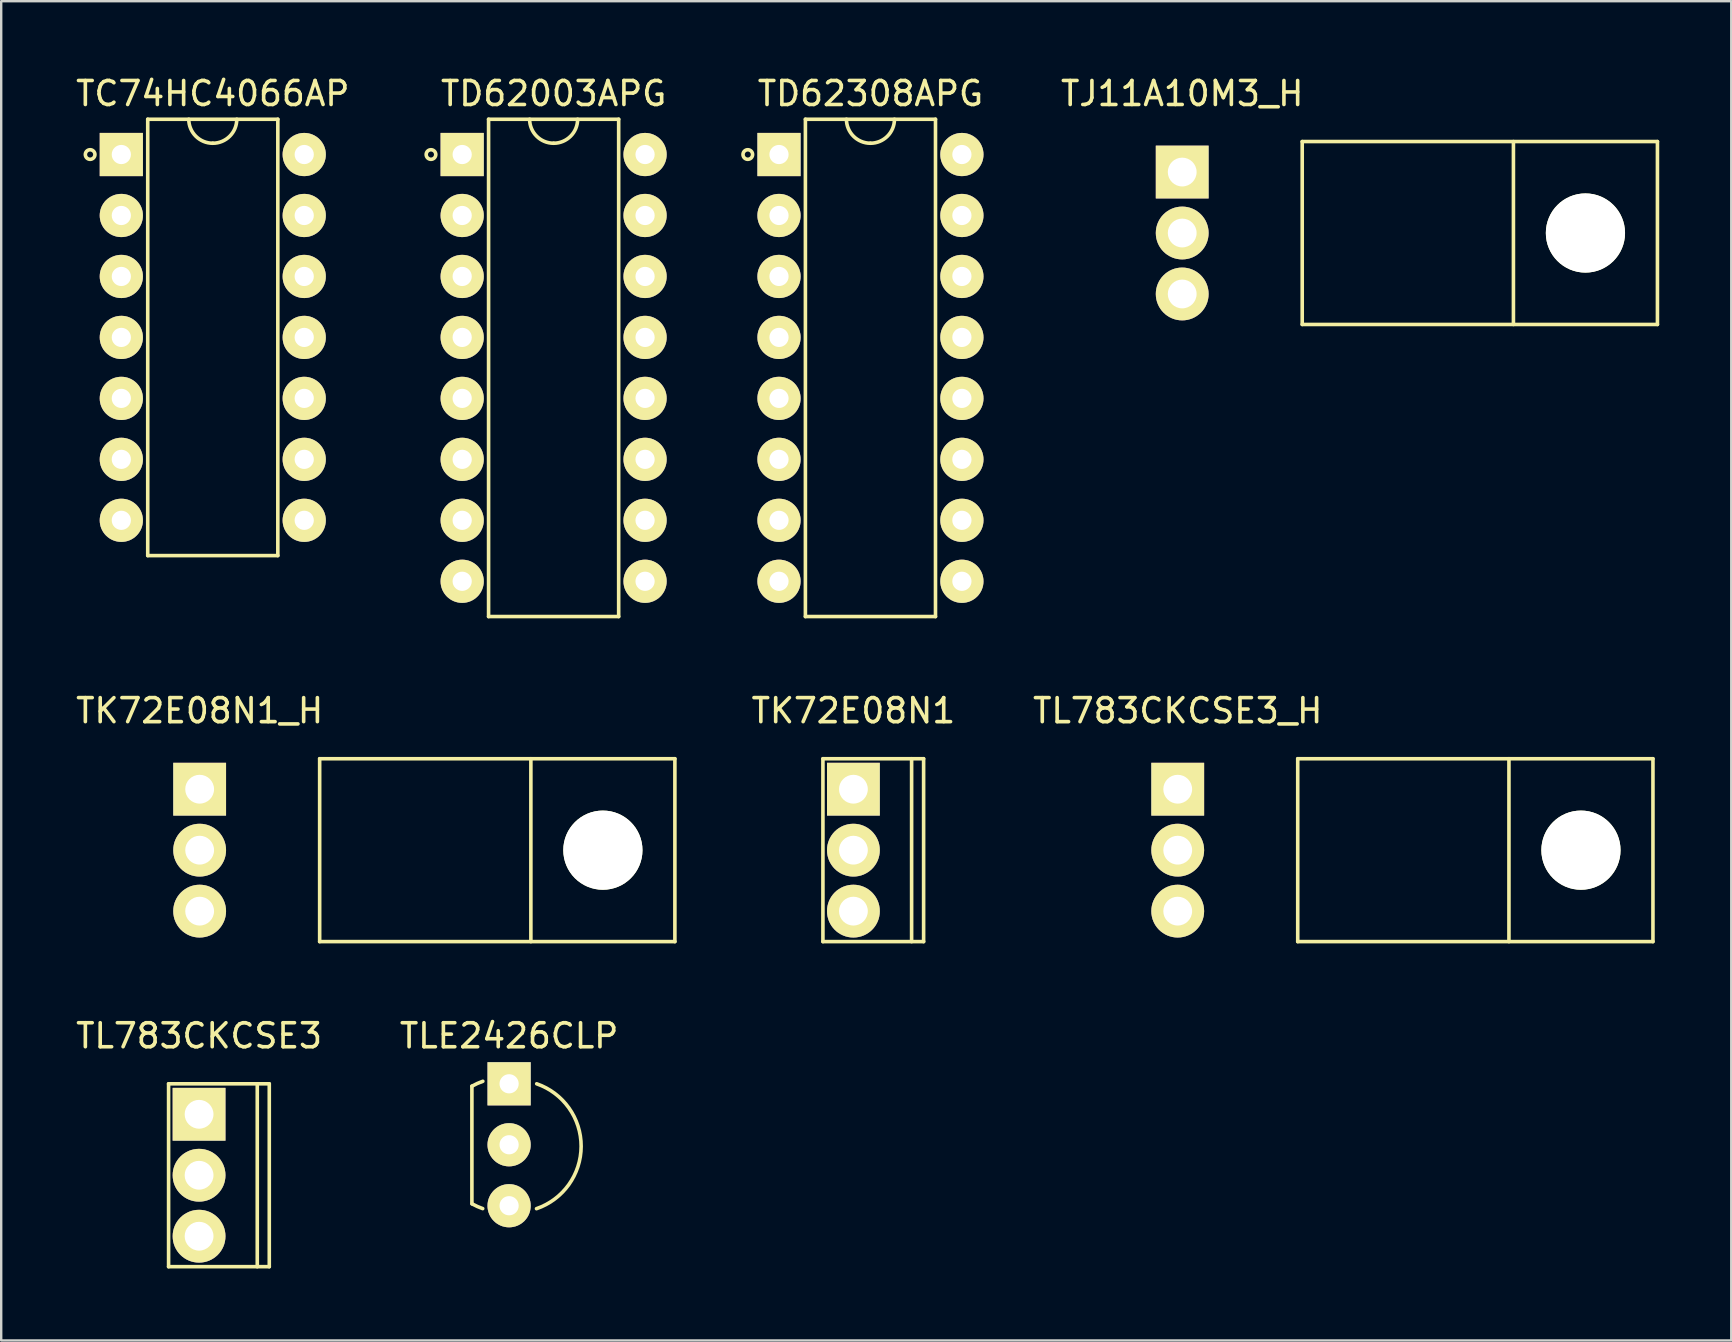
<source format=kicad_pcb>
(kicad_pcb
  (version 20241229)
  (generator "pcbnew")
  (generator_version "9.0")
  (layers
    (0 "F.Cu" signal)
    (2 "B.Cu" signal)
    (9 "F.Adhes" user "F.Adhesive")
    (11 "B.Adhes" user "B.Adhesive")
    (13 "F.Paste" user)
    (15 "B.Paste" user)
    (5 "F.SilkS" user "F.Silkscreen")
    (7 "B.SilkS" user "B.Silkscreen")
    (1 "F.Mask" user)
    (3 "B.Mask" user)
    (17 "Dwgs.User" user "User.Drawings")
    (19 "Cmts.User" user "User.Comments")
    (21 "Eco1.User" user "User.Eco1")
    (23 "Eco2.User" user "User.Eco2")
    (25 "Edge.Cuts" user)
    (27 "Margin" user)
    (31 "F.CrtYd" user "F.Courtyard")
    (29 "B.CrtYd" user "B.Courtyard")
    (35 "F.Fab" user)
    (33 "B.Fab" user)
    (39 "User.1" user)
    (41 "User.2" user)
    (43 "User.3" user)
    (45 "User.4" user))
  (footprint "TD62308APG"
    (layer "F.Cu")
    (at 29.406 3.388)
    (property "Reference" "TD62308APG" (at 3.81 -2.54 0) (layer "F.SilkS") (effects (font (size 1 1) (thickness 0.15))))
    (attr through_hole)
    (fp_line (start 1.1 -1.47) (end 6.52 -1.47) (stroke (width 0.15) (type solid)) (layer "F.SilkS"))
    (fp_line (start 1.1 19.25) (end 1.1 -1.47) (stroke (width 0.15) (type solid)) (layer "F.SilkS"))
    (fp_line (start 6.52 -1.47) (end 6.52 19.25) (stroke (width 0.15) (type solid)) (layer "F.SilkS"))
    (fp_line (start 6.52 19.25) (end 1.1 19.25) (stroke (width 0.15) (type solid)) (layer "F.SilkS"))
    (fp_arc (start 3.81 -0.47) (mid 3.102893 -0.762893) (end 2.81 -1.47) (stroke (width 0.15) (type solid)) (layer "F.SilkS"))
    (fp_arc (start 4.81 -1.47) (mid 4.517107 -0.762893) (end 3.81 -0.47) (stroke (width 0.15) (type solid)) (layer "F.SilkS"))
    (fp_circle (center -1.3 0) (end -1.3 0.2) (stroke (width 0.15) (type solid)) (fill no) (layer "F.SilkS"))
    (pad "1" thru_hole rect (at 0 0) (size 1.8 1.8) (drill 0.8) (layers "*.Cu" "*.Mask" "F.SilkS"))
    (pad "2" thru_hole circle (at 0 2.54) (size 1.8 1.8) (drill 0.8) (layers "*.Cu" "*.Mask" "F.SilkS"))
    (pad "3" thru_hole circle (at 0 5.08) (size 1.8 1.8) (drill 0.8) (layers "*.Cu" "*.Mask" "F.SilkS"))
    (pad "4" thru_hole circle (at 0 7.62) (size 1.8 1.8) (drill 0.8) (layers "*.Cu" "*.Mask" "F.SilkS"))
    (pad "5" thru_hole circle (at 0 10.16) (size 1.8 1.8) (drill 0.8) (layers "*.Cu" "*.Mask" "F.SilkS"))
    (pad "6" thru_hole circle (at 0 12.7) (size 1.8 1.8) (drill 0.8) (layers "*.Cu" "*.Mask" "F.SilkS"))
    (pad "7" thru_hole circle (at 0 15.24) (size 1.8 1.8) (drill 0.8) (layers "*.Cu" "*.Mask" "F.SilkS"))
    (pad "8" thru_hole circle (at 0 17.78) (size 1.8 1.8) (drill 0.8) (layers "*.Cu" "*.Mask" "F.SilkS"))
    (pad "9" thru_hole circle (at 7.62 17.78) (size 1.8 1.8) (drill 0.8) (layers "*.Cu" "*.Mask" "F.SilkS"))
    (pad "10" thru_hole circle (at 7.62 15.24) (size 1.8 1.8) (drill 0.8) (layers "*.Cu" "*.Mask" "F.SilkS"))
    (pad "11" thru_hole circle (at 7.62 12.7) (size 1.8 1.8) (drill 0.8) (layers "*.Cu" "*.Mask" "F.SilkS"))
    (pad "12" thru_hole circle (at 7.62 10.16) (size 1.8 1.8) (drill 0.8) (layers "*.Cu" "*.Mask" "F.SilkS"))
    (pad "13" thru_hole circle (at 7.62 7.62) (size 1.8 1.8) (drill 0.8) (layers "*.Cu" "*.Mask" "F.SilkS"))
    (pad "14" thru_hole circle (at 7.62 5.08) (size 1.8 1.8) (drill 0.8) (layers "*.Cu" "*.Mask" "F.SilkS"))
    (pad "15" thru_hole circle (at 7.62 2.54) (size 1.8 1.8) (drill 0.8) (layers "*.Cu" "*.Mask" "F.SilkS"))
    (pad "16" thru_hole circle (at 7.62 0) (size 1.8 1.8) (drill 0.8) (layers "*.Cu" "*.Mask" "F.SilkS")))
  (footprint "TLE2426CLP"
    (layer "F.Cu")
    (at 18.161 42.105)
    (property "Reference" "TLE2426CLP" (at 0 -2 0) (layer "F.SilkS") (effects (font (size 1 1) (thickness 0.15))))
    (attr through_hole)
    (fp_line (start -1.55 5) (end -1.55 0.1) (stroke (width 0.15) (type solid)) (layer "F.SilkS"))
    (fp_arc (start -1.55 0.1) (mid -1.326783 -0.012505) (end -1.09461 -0.105127) (stroke (width 0.15) (type solid)) (layer "F.SilkS"))
    (fp_arc (start -1.1 5.2) (mid -1.32318 5.111666) (end -1.537812 5.004217) (stroke (width 0.15) (type solid)) (layer "F.SilkS"))
    (fp_arc (start 1.15 0) (mid 3.00136 2.60449) (end 1.14151 5.202923) (stroke (width 0.15) (type solid)) (layer "F.SilkS"))
    (pad "1" thru_hole rect (at 0 0) (size 1.8 1.8) (drill 0.8) (layers "*.Cu" "*.Mask" "F.SilkS"))
    (pad "2" thru_hole circle (at 0 2.54) (size 1.8 1.8) (drill 0.8) (layers "*.Cu" "*.Mask" "F.SilkS"))
    (pad "3" thru_hole circle (at 0 5.08) (size 1.8 1.8) (drill 0.8) (layers "*.Cu" "*.Mask" "F.SilkS")))
  (footprint "TK72E08N1_H"
    (layer "F.Cu")
    (at 5.268 29.831)
    (property "Reference" "TK72E08N1_H" (at 0 -3.27 0) (layer "F.SilkS") (effects (font (size 1 1) (thickness 0.15))))
    (attr through_hole)
    (fp_line (start 5 -1.27) (end 5 6.35) (stroke (width 0.15) (type solid)) (layer "F.SilkS"))
    (fp_line (start 5 -1.27) (end 19.8 -1.27) (stroke (width 0.15) (type solid)) (layer "F.SilkS"))
    (fp_line (start 5 6.35) (end 19.8 6.35) (stroke (width 0.15) (type solid)) (layer "F.SilkS"))
    (fp_line (start 13.8 -1.27) (end 13.8 6.35) (stroke (width 0.15) (type solid)) (layer "F.SilkS"))
    (fp_line (start 19.8 -1.27) (end 19.8 6.35) (stroke (width 0.15) (type solid)) (layer "F.SilkS"))
    (pad "" np_thru_hole circle (at 16.8 2.54) (size 3.3 3.3) (drill 3.3) (layers "*.Cu" "*.Mask" "F.SilkS"))
    (pad "1" thru_hole rect (at 0 0) (size 2.2 2.2) (drill 1.2) (layers "*.Cu" "*.Mask" "F.SilkS"))
    (pad "2" thru_hole circle (at 0 2.54) (size 2.2 2.2) (drill 1.2) (layers "*.Cu" "*.Mask" "F.SilkS"))
    (pad "3" thru_hole circle (at 0 5.08) (size 2.2 2.2) (drill 1.2) (layers "*.Cu" "*.Mask" "F.SilkS")))
  (footprint "TK72E08N1"
    (layer "F.Cu")
    (at 32.506 29.831)
    (property "Reference" "TK72E08N1" (at 0 -3.27 0) (layer "F.SilkS") (effects (font (size 1 1) (thickness 0.15))))
    (attr through_hole)
    (fp_line (start -1.27 -1.27) (end -1.27 6.35) (stroke (width 0.15) (type solid)) (layer "F.SilkS"))
    (fp_line (start -1.27 -1.27) (end 2.925 -1.27) (stroke (width 0.15) (type solid)) (layer "F.SilkS"))
    (fp_line (start -1.27 6.35) (end 2.925 6.35) (stroke (width 0.15) (type solid)) (layer "F.SilkS"))
    (fp_line (start 2.425 -1.27) (end 2.425 6.35) (stroke (width 0.15) (type solid)) (layer "F.SilkS"))
    (fp_line (start 2.925 -1.27) (end 2.925 6.35) (stroke (width 0.15) (type solid)) (layer "F.SilkS"))
    (pad "1" thru_hole rect (at 0 0) (size 2.2 2.2) (drill 1.2) (layers "*.Cu" "*.Mask" "F.SilkS"))
    (pad "2" thru_hole circle (at 0 2.54) (size 2.2 2.2) (drill 1.2) (layers "*.Cu" "*.Mask" "F.SilkS"))
    (pad "3" thru_hole circle (at 0 5.08) (size 2.2 2.2) (drill 1.2) (layers "*.Cu" "*.Mask" "F.SilkS")))
  (footprint "TC74HC4066AP"
    (layer "F.Cu")
    (at 2.005 3.388)
    (property "Reference" "TC74HC4066AP" (at 3.81 -2.54 0) (layer "F.SilkS") (effects (font (size 1 1) (thickness 0.15))))
    (attr through_hole)
    (fp_line (start 1.1 -1.47) (end 6.52 -1.47) (stroke (width 0.15) (type solid)) (layer "F.SilkS"))
    (fp_line (start 1.1 16.71) (end 1.1 -1.47) (stroke (width 0.15) (type solid)) (layer "F.SilkS"))
    (fp_line (start 6.52 -1.47) (end 6.52 16.71) (stroke (width 0.15) (type solid)) (layer "F.SilkS"))
    (fp_line (start 6.52 16.71) (end 1.1 16.71) (stroke (width 0.15) (type solid)) (layer "F.SilkS"))
    (fp_arc (start 3.81 -0.47) (mid 3.102893 -0.762893) (end 2.81 -1.47) (stroke (width 0.15) (type solid)) (layer "F.SilkS"))
    (fp_arc (start 4.81 -1.47) (mid 4.517107 -0.762893) (end 3.81 -0.47) (stroke (width 0.15) (type solid)) (layer "F.SilkS"))
    (fp_circle (center -1.3 0) (end -1.3 0.2) (stroke (width 0.15) (type solid)) (fill no) (layer "F.SilkS"))
    (pad "1" thru_hole rect (at 0 0) (size 1.8 1.8) (drill 0.8) (layers "*.Cu" "*.Mask" "F.SilkS"))
    (pad "2" thru_hole circle (at 0 2.54) (size 1.8 1.8) (drill 0.8) (layers "*.Cu" "*.Mask" "F.SilkS"))
    (pad "3" thru_hole circle (at 0 5.08) (size 1.8 1.8) (drill 0.8) (layers "*.Cu" "*.Mask" "F.SilkS"))
    (pad "4" thru_hole circle (at 0 7.62) (size 1.8 1.8) (drill 0.8) (layers "*.Cu" "*.Mask" "F.SilkS"))
    (pad "5" thru_hole circle (at 0 10.16) (size 1.8 1.8) (drill 0.8) (layers "*.Cu" "*.Mask" "F.SilkS"))
    (pad "6" thru_hole circle (at 0 12.7) (size 1.8 1.8) (drill 0.8) (layers "*.Cu" "*.Mask" "F.SilkS"))
    (pad "7" thru_hole circle (at 0 15.24) (size 1.8 1.8) (drill 0.8) (layers "*.Cu" "*.Mask" "F.SilkS"))
    (pad "8" thru_hole circle (at 7.62 15.24) (size 1.8 1.8) (drill 0.8) (layers "*.Cu" "*.Mask" "F.SilkS"))
    (pad "9" thru_hole circle (at 7.62 12.7) (size 1.8 1.8) (drill 0.8) (layers "*.Cu" "*.Mask" "F.SilkS"))
    (pad "10" thru_hole circle (at 7.62 10.16) (size 1.8 1.8) (drill 0.8) (layers "*.Cu" "*.Mask" "F.SilkS"))
    (pad "11" thru_hole circle (at 7.62 7.62) (size 1.8 1.8) (drill 0.8) (layers "*.Cu" "*.Mask" "F.SilkS"))
    (pad "12" thru_hole circle (at 7.62 5.08) (size 1.8 1.8) (drill 0.8) (layers "*.Cu" "*.Mask" "F.SilkS"))
    (pad "13" thru_hole circle (at 7.62 2.54) (size 1.8 1.8) (drill 0.8) (layers "*.Cu" "*.Mask" "F.SilkS"))
    (pad "14" thru_hole circle (at 7.62 0) (size 1.8 1.8) (drill 0.8) (layers "*.Cu" "*.Mask" "F.SilkS")))
  (footprint "TL783CKCSE3_H"
    (layer "F.Cu")
    (at 46.018 29.831)
    (property "Reference" "TL783CKCSE3_H" (at 0 -3.27 0) (layer "F.SilkS") (effects (font (size 1 1) (thickness 0.15))))
    (attr through_hole)
    (fp_line (start 5 -1.27) (end 5 6.35) (stroke (width 0.15) (type solid)) (layer "F.SilkS"))
    (fp_line (start 5 -1.27) (end 19.8 -1.27) (stroke (width 0.15) (type solid)) (layer "F.SilkS"))
    (fp_line (start 5 6.35) (end 19.8 6.35) (stroke (width 0.15) (type solid)) (layer "F.SilkS"))
    (fp_line (start 13.8 -1.27) (end 13.8 6.35) (stroke (width 0.15) (type solid)) (layer "F.SilkS"))
    (fp_line (start 19.8 -1.27) (end 19.8 6.35) (stroke (width 0.15) (type solid)) (layer "F.SilkS"))
    (pad "" np_thru_hole circle (at 16.8 2.54) (size 3.3 3.3) (drill 3.3) (layers "*.Cu" "*.Mask" "F.SilkS"))
    (pad "1" thru_hole rect (at 0 0) (size 2.2 2.2) (drill 1.2) (layers "*.Cu" "*.Mask" "F.SilkS"))
    (pad "2" thru_hole circle (at 0 2.54) (size 2.2 2.2) (drill 1.2) (layers "*.Cu" "*.Mask" "F.SilkS"))
    (pad "3" thru_hole circle (at 0 5.08) (size 2.2 2.2) (drill 1.2) (layers "*.Cu" "*.Mask" "F.SilkS")))
  (footprint "TD62003APG"
    (layer "F.Cu")
    (at 16.206 3.388)
    (property "Reference" "TD62003APG" (at 3.81 -2.54 0) (layer "F.SilkS") (effects (font (size 1 1) (thickness 0.15))))
    (attr through_hole)
    (fp_line (start 1.1 -1.47) (end 6.52 -1.47) (stroke (width 0.15) (type solid)) (layer "F.SilkS"))
    (fp_line (start 1.1 19.25) (end 1.1 -1.47) (stroke (width 0.15) (type solid)) (layer "F.SilkS"))
    (fp_line (start 6.52 -1.47) (end 6.52 19.25) (stroke (width 0.15) (type solid)) (layer "F.SilkS"))
    (fp_line (start 6.52 19.25) (end 1.1 19.25) (stroke (width 0.15) (type solid)) (layer "F.SilkS"))
    (fp_arc (start 3.81 -0.47) (mid 3.102893 -0.762893) (end 2.81 -1.47) (stroke (width 0.15) (type solid)) (layer "F.SilkS"))
    (fp_arc (start 4.81 -1.47) (mid 4.517107 -0.762893) (end 3.81 -0.47) (stroke (width 0.15) (type solid)) (layer "F.SilkS"))
    (fp_circle (center -1.3 0) (end -1.3 0.2) (stroke (width 0.15) (type solid)) (fill no) (layer "F.SilkS"))
    (pad "1" thru_hole rect (at 0 0) (size 1.8 1.8) (drill 0.8) (layers "*.Cu" "*.Mask" "F.SilkS"))
    (pad "2" thru_hole circle (at 0 2.54) (size 1.8 1.8) (drill 0.8) (layers "*.Cu" "*.Mask" "F.SilkS"))
    (pad "3" thru_hole circle (at 0 5.08) (size 1.8 1.8) (drill 0.8) (layers "*.Cu" "*.Mask" "F.SilkS"))
    (pad "4" thru_hole circle (at 0 7.62) (size 1.8 1.8) (drill 0.8) (layers "*.Cu" "*.Mask" "F.SilkS"))
    (pad "5" thru_hole circle (at 0 10.16) (size 1.8 1.8) (drill 0.8) (layers "*.Cu" "*.Mask" "F.SilkS"))
    (pad "6" thru_hole circle (at 0 12.7) (size 1.8 1.8) (drill 0.8) (layers "*.Cu" "*.Mask" "F.SilkS"))
    (pad "7" thru_hole circle (at 0 15.24) (size 1.8 1.8) (drill 0.8) (layers "*.Cu" "*.Mask" "F.SilkS"))
    (pad "8" thru_hole circle (at 0 17.78) (size 1.8 1.8) (drill 0.8) (layers "*.Cu" "*.Mask" "F.SilkS"))
    (pad "9" thru_hole circle (at 7.62 17.78) (size 1.8 1.8) (drill 0.8) (layers "*.Cu" "*.Mask" "F.SilkS"))
    (pad "10" thru_hole circle (at 7.62 15.24) (size 1.8 1.8) (drill 0.8) (layers "*.Cu" "*.Mask" "F.SilkS"))
    (pad "11" thru_hole circle (at 7.62 12.7) (size 1.8 1.8) (drill 0.8) (layers "*.Cu" "*.Mask" "F.SilkS"))
    (pad "12" thru_hole circle (at 7.62 10.16) (size 1.8 1.8) (drill 0.8) (layers "*.Cu" "*.Mask" "F.SilkS"))
    (pad "13" thru_hole circle (at 7.62 7.62) (size 1.8 1.8) (drill 0.8) (layers "*.Cu" "*.Mask" "F.SilkS"))
    (pad "14" thru_hole circle (at 7.62 5.08) (size 1.8 1.8) (drill 0.8) (layers "*.Cu" "*.Mask" "F.SilkS"))
    (pad "15" thru_hole circle (at 7.62 2.54) (size 1.8 1.8) (drill 0.8) (layers "*.Cu" "*.Mask" "F.SilkS"))
    (pad "16" thru_hole circle (at 7.62 0) (size 1.8 1.8) (drill 0.8) (layers "*.Cu" "*.Mask" "F.SilkS")))
  (footprint "TJ11A10M3_H"
    (layer "F.Cu")
    (at 46.205 4.118)
    (property "Reference" "TJ11A10M3_H" (at 0 -3.27 0) (layer "F.SilkS") (effects (font (size 1 1) (thickness 0.15))))
    (attr through_hole)
    (fp_line (start 5 -1.27) (end 5 6.35) (stroke (width 0.15) (type solid)) (layer "F.SilkS"))
    (fp_line (start 5 -1.27) (end 19.8 -1.27) (stroke (width 0.15) (type solid)) (layer "F.SilkS"))
    (fp_line (start 5 6.35) (end 19.8 6.35) (stroke (width 0.15) (type solid)) (layer "F.SilkS"))
    (fp_line (start 13.8 -1.27) (end 13.8 6.35) (stroke (width 0.15) (type solid)) (layer "F.SilkS"))
    (fp_line (start 19.8 -1.27) (end 19.8 6.35) (stroke (width 0.15) (type solid)) (layer "F.SilkS"))
    (pad "" np_thru_hole circle (at 16.8 2.54) (size 3.3 3.3) (drill 3.3) (layers "*.Cu" "*.Mask" "F.SilkS"))
    (pad "1" thru_hole rect (at 0 0) (size 2.2 2.2) (drill 1.2) (layers "*.Cu" "*.Mask" "F.SilkS"))
    (pad "2" thru_hole circle (at 0 2.54) (size 2.2 2.2) (drill 1.2) (layers "*.Cu" "*.Mask" "F.SilkS"))
    (pad "3" thru_hole circle (at 0 5.08) (size 2.2 2.2) (drill 1.2) (layers "*.Cu" "*.Mask" "F.SilkS")))
  (footprint "TL783CKCSE3"
    (layer "F.Cu")
    (at 5.244 43.375)
    (property "Reference" "TL783CKCSE3" (at 0 -3.27 0) (layer "F.SilkS") (effects (font (size 1 1) (thickness 0.15))))
    (attr through_hole)
    (fp_line (start -1.27 -1.27) (end -1.27 6.35) (stroke (width 0.15) (type solid)) (layer "F.SilkS"))
    (fp_line (start -1.27 -1.27) (end 2.925 -1.27) (stroke (width 0.15) (type solid)) (layer "F.SilkS"))
    (fp_line (start -1.27 6.35) (end 2.925 6.35) (stroke (width 0.15) (type solid)) (layer "F.SilkS"))
    (fp_line (start 2.425 -1.27) (end 2.425 6.35) (stroke (width 0.15) (type solid)) (layer "F.SilkS"))
    (fp_line (start 2.925 -1.27) (end 2.925 6.35) (stroke (width 0.15) (type solid)) (layer "F.SilkS"))
    (pad "1" thru_hole rect (at 0 0) (size 2.2 2.2) (drill 1.2) (layers "*.Cu" "*.Mask" "F.SilkS"))
    (pad "2" thru_hole circle (at 0 2.54) (size 2.2 2.2) (drill 1.2) (layers "*.Cu" "*.Mask" "F.SilkS"))
    (pad "3" thru_hole circle (at 0 5.08) (size 2.2 2.2) (drill 1.2) (layers "*.Cu" "*.Mask" "F.SilkS")))
  (gr_rect
    (start -3 -3)
    (end 69.08 52.8)
    (stroke (width 0.1) (type default))
    (fill no)
    (layer "Edge.Cuts")))
</source>
